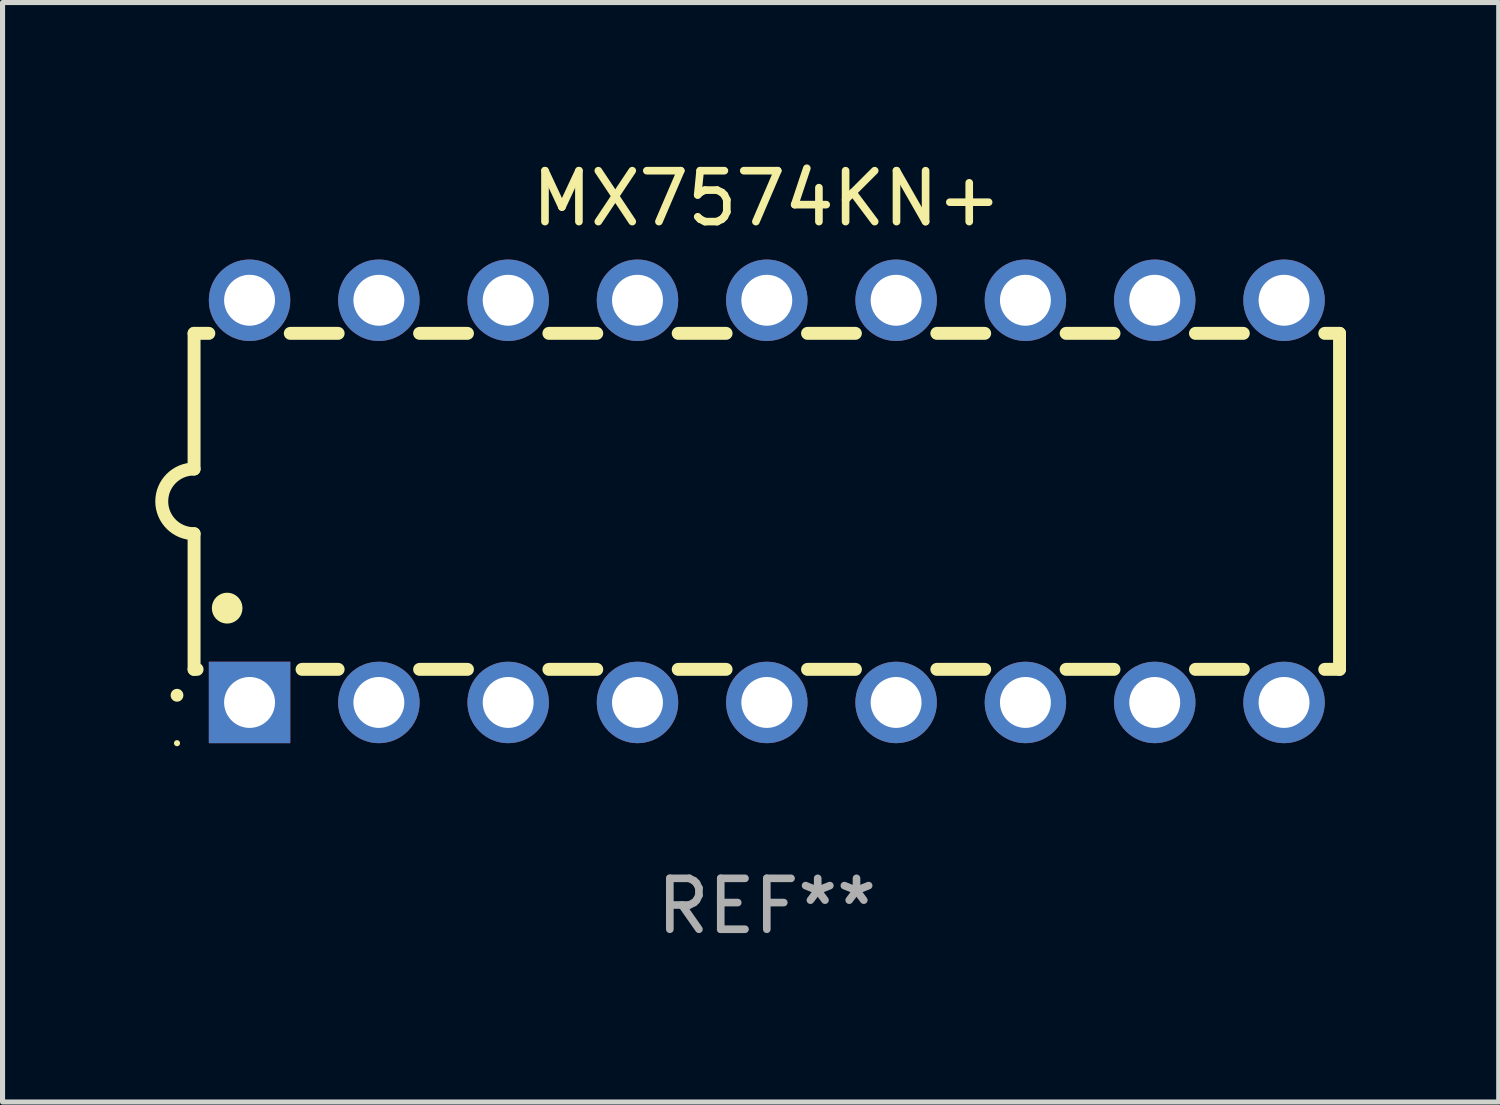
<source format=kicad_pcb>
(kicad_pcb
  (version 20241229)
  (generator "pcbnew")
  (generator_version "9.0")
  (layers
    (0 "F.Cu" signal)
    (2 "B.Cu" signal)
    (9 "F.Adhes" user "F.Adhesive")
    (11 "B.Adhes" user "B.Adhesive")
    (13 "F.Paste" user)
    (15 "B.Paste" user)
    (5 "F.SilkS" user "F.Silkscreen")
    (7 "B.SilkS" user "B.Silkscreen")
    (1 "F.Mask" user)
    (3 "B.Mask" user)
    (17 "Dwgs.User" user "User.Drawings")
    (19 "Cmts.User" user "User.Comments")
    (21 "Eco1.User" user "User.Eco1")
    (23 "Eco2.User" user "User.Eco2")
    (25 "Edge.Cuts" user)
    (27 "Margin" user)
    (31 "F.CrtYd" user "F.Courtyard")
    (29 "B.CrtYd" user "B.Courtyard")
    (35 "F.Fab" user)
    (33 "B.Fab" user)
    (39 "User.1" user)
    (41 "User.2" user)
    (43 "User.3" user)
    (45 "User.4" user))
  (footprint "MX7574KN+"
    (layer "F.Cu")
    (at 12.012 6.798)
    (property "Reference" "MX7574KN+" (at 0 -5.95 0) (layer "F.SilkS") (effects (font (size 1 1) (thickness 0.15))))
    (attr through_hole)
    (fp_line (start -11.25 -3.3) (end -11.25 -0.635) (stroke (width 0.254) (type solid)) (layer "F.SilkS"))
    (fp_line (start -11.25 -3.3) (end -10.96 -3.3) (stroke (width 0.254) (type solid)) (layer "F.SilkS"))
    (fp_line (start -11.25 3.3) (end -11.25 0.635) (stroke (width 0.254) (type solid)) (layer "F.SilkS"))
    (fp_line (start -11.25 3.3) (end -11.191 3.3) (stroke (width 0.254) (type solid)) (layer "F.SilkS"))
    (fp_line (start -9.36 -3.3) (end -8.42 -3.3) (stroke (width 0.254) (type solid)) (layer "F.SilkS"))
    (fp_line (start -9.129 3.3) (end -8.42 3.3) (stroke (width 0.254) (type solid)) (layer "F.SilkS"))
    (fp_line (start -6.82 -3.3) (end -5.88 -3.3) (stroke (width 0.254) (type solid)) (layer "F.SilkS"))
    (fp_line (start -6.82 3.3) (end -5.88 3.3) (stroke (width 0.254) (type solid)) (layer "F.SilkS"))
    (fp_line (start -4.28 -3.3) (end -3.34 -3.3) (stroke (width 0.254) (type solid)) (layer "F.SilkS"))
    (fp_line (start -4.28 3.3) (end -3.34 3.3) (stroke (width 0.254) (type solid)) (layer "F.SilkS"))
    (fp_line (start -1.74 -3.3) (end -0.8 -3.3) (stroke (width 0.254) (type solid)) (layer "F.SilkS"))
    (fp_line (start -1.74 3.3) (end -0.8 3.3) (stroke (width 0.254) (type solid)) (layer "F.SilkS"))
    (fp_line (start 0.8 -3.3) (end 1.74 -3.3) (stroke (width 0.254) (type solid)) (layer "F.SilkS"))
    (fp_line (start 0.8 3.3) (end 1.74 3.3) (stroke (width 0.254) (type solid)) (layer "F.SilkS"))
    (fp_line (start 3.34 -3.3) (end 4.28 -3.3) (stroke (width 0.254) (type solid)) (layer "F.SilkS"))
    (fp_line (start 3.34 3.3) (end 4.28 3.3) (stroke (width 0.254) (type solid)) (layer "F.SilkS"))
    (fp_line (start 5.88 -3.3) (end 6.82 -3.3) (stroke (width 0.254) (type solid)) (layer "F.SilkS"))
    (fp_line (start 5.88 3.3) (end 6.82 3.3) (stroke (width 0.254) (type solid)) (layer "F.SilkS"))
    (fp_line (start 8.42 -3.3) (end 9.36 -3.3) (stroke (width 0.254) (type solid)) (layer "F.SilkS"))
    (fp_line (start 8.42 3.3) (end 9.36 3.3) (stroke (width 0.254) (type solid)) (layer "F.SilkS"))
    (fp_line (start 10.96 -3.3) (end 11.25 -3.3) (stroke (width 0.254) (type solid)) (layer "F.SilkS"))
    (fp_line (start 10.96 3.3) (end 11.25 3.3) (stroke (width 0.254) (type solid)) (layer "F.SilkS"))
    (fp_line (start 11.25 -3.3) (end 11.25 3.3) (stroke (width 0.254) (type solid)) (layer "F.SilkS"))
    (fp_arc (start -11.584963 3.810008) (mid -11.58497 3.808738) (end -11.584963 3.807468) (stroke (width 0.25) (type solid)) (layer "F.SilkS"))
    (fp_arc (start -11.250013 0.635001) (mid -11.884684 -0.000165) (end -11.249683 -0.635001) (stroke (width 0.254001) (type solid)) (layer "F.SilkS"))
    (fp_arc (start -10.600025 2.1) (mid -10.600036 2.09746) (end -10.600025 2.09492) (stroke (width 0.6) (type solid)) (layer "F.SilkS"))
    (fp_circle (center -11.585 4.75) (end -11.555 4.75) (stroke (width 0.06) (type solid)) (fill no) (layer "F.SilkS"))
    (fp_text user "REF**" (at 0 7.95 0) (layer "F.Fab") (effects (font (size 1 1) (thickness 0.15))))
    (pad "1" thru_hole rect (at -10.16 3.95 90) (size 1.6 1.6) (drill 1) (layers "*.Cu" "*.Mask"))
    (pad "2" thru_hole circle (at -7.62 3.95 90) (size 1.6 1.6) (drill 1) (layers "*.Cu" "*.Mask"))
    (pad "3" thru_hole circle (at -5.08 3.95 90) (size 1.6 1.6) (drill 1) (layers "*.Cu" "*.Mask"))
    (pad "4" thru_hole circle (at -2.54 3.95 90) (size 1.6 1.6) (drill 1) (layers "*.Cu" "*.Mask"))
    (pad "5" thru_hole circle (at 0 3.95 90) (size 1.6 1.6) (drill 1) (layers "*.Cu" "*.Mask"))
    (pad "6" thru_hole circle (at 2.54 3.95 90) (size 1.6 1.6) (drill 1) (layers "*.Cu" "*.Mask"))
    (pad "7" thru_hole circle (at 5.08 3.95 90) (size 1.6 1.6) (drill 1) (layers "*.Cu" "*.Mask"))
    (pad "8" thru_hole circle (at 7.62 3.95 90) (size 1.6 1.6) (drill 1) (layers "*.Cu" "*.Mask"))
    (pad "9" thru_hole circle (at 10.16 3.95 90) (size 1.6 1.6) (drill 1) (layers "*.Cu" "*.Mask"))
    (pad "10" thru_hole circle (at 10.16 -3.95 90) (size 1.6 1.6) (drill 1) (layers "*.Cu" "*.Mask"))
    (pad "11" thru_hole circle (at 7.62 -3.95 90) (size 1.6 1.6) (drill 1) (layers "*.Cu" "*.Mask"))
    (pad "12" thru_hole circle (at 5.08 -3.95 90) (size 1.6 1.6) (drill 1) (layers "*.Cu" "*.Mask"))
    (pad "13" thru_hole circle (at 2.54 -3.95 90) (size 1.6 1.6) (drill 1) (layers "*.Cu" "*.Mask"))
    (pad "14" thru_hole circle (at 0 -3.95 90) (size 1.6 1.6) (drill 1) (layers "*.Cu" "*.Mask"))
    (pad "15" thru_hole circle (at -2.54 -3.95 90) (size 1.6 1.6) (drill 1) (layers "*.Cu" "*.Mask"))
    (pad "16" thru_hole circle (at -5.08 -3.95 90) (size 1.6 1.6) (drill 1) (layers "*.Cu" "*.Mask"))
    (pad "17" thru_hole circle (at -7.62 -3.95 90) (size 1.6 1.6) (drill 1) (layers "*.Cu" "*.Mask"))
    (pad "18" thru_hole circle (at -10.16 -3.95 90) (size 1.6 1.6) (drill 1) (layers "*.Cu" "*.Mask")))
  (gr_rect
    (start -3 -3)
    (end 26.389 18.596)
    (stroke (width 0.1) (type default))
    (fill no)
    (layer "Edge.Cuts")))
</source>
